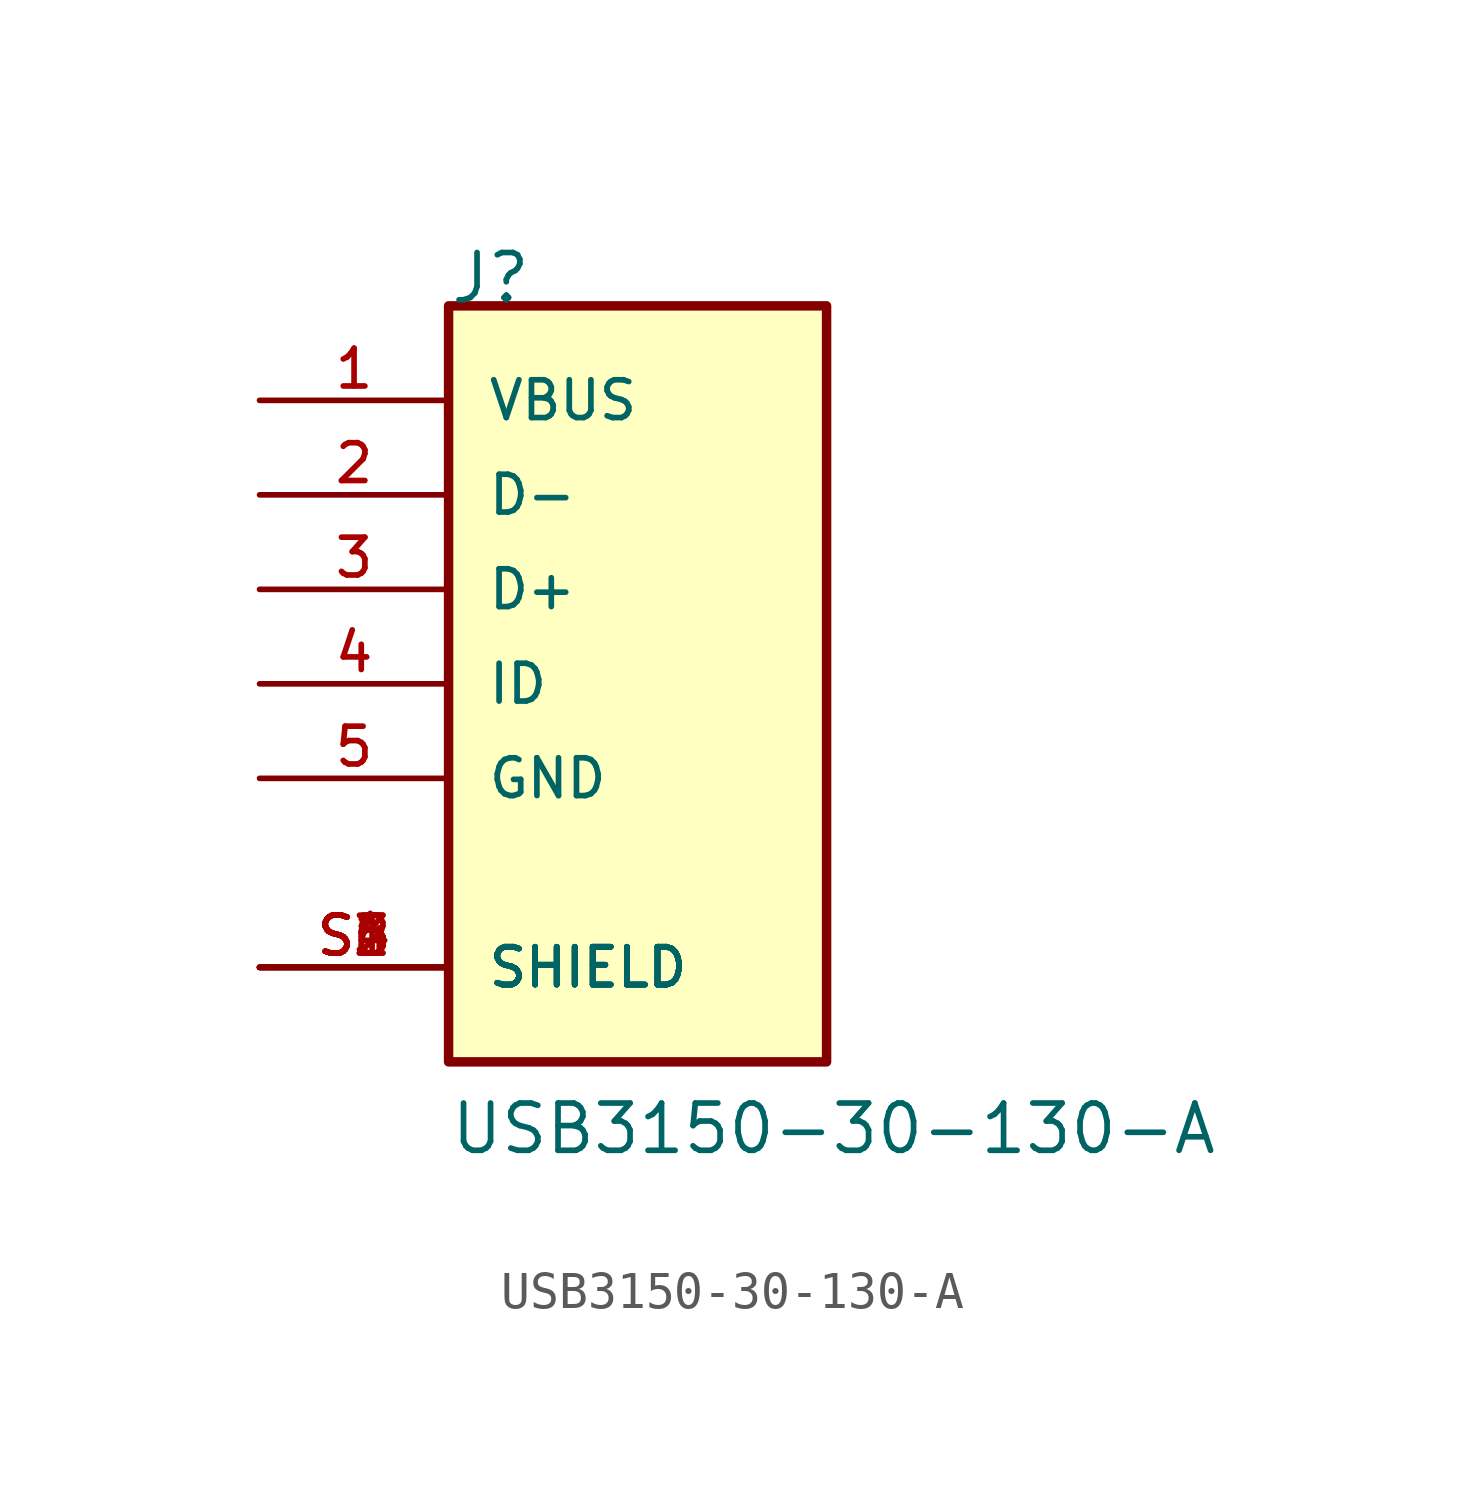
<source format=kicad_sym>
(kicad_symbol_lib
  (version 20211014)
  (generator kicad_symbol_editor)
  (symbol "USB3150-30-130-A"
    (pin_names
      (offset 1.016))
    (property "Reference" "J"
      (at -5.08 10.16 0)
      (effects (font (size 1.27 1.27)) (justify bottom left)))
    (property "Value" "USB3150-30-130-A"
      (at -5.08 -12.7 0)
      (effects (font (size 1.27 1.27)) (justify bottom left)))
    (symbol "USB3150-30-130-A_0_0"
      (rectangle (start -5.08 -10.16) (end 5.08 10.16) (stroke (width 0.254)) (fill (type background)))
      (pin passive line (at -10.16 7.62 0) (length 5.08) (name "VBUS" (effects (font (size 1.016 1.016)))) (number "1" (effects (font (size 1.016 1.016)))))
      (pin passive line (at -10.16 2.54 0) (length 5.08) (name "D+" (effects (font (size 1.016 1.016)))) (number "3" (effects (font (size 1.016 1.016)))))
      (pin passive line (at -10.16 5.08 0) (length 5.08) (name "D-" (effects (font (size 1.016 1.016)))) (number "2" (effects (font (size 1.016 1.016)))))
      (pin passive line (at -10.16 -2.54 0) (length 5.08) (name "GND" (effects (font (size 1.016 1.016)))) (number "5" (effects (font (size 1.016 1.016)))))
      (pin passive line (at -10.16 0.0 0) (length 5.08) (name "ID" (effects (font (size 1.016 1.016)))) (number "4" (effects (font (size 1.016 1.016)))))
      (pin passive line (at -10.16 -7.62 0) (length 5.08) (name "SHIELD" (effects (font (size 1.016 1.016)))) (number "S1" (effects (font (size 1.016 1.016)))))
      (pin passive line (at -10.16 -7.62 0) (length 5.08) (name "SHIELD" (effects (font (size 1.016 1.016)))) (number "S2" (effects (font (size 1.016 1.016)))))
      (pin passive line (at -10.16 -7.62 0) (length 5.08) (name "SHIELD" (effects (font (size 1.016 1.016)))) (number "S3" (effects (font (size 1.016 1.016)))))
      (pin passive line (at -10.16 -7.62 0) (length 5.08) (name "SHIELD" (effects (font (size 1.016 1.016)))) (number "S4" (effects (font (size 1.016 1.016)))))
      (pin passive line (at -10.16 -7.62 0) (length 5.08) (name "SHIELD" (effects (font (size 1.016 1.016)))) (number "S5" (effects (font (size 1.016 1.016)))))
      (pin passive line (at -10.16 -7.62 0) (length 5.08) (name "SHIELD" (effects (font (size 1.016 1.016)))) (number "S6" (effects (font (size 1.016 1.016))))))))
</source>
